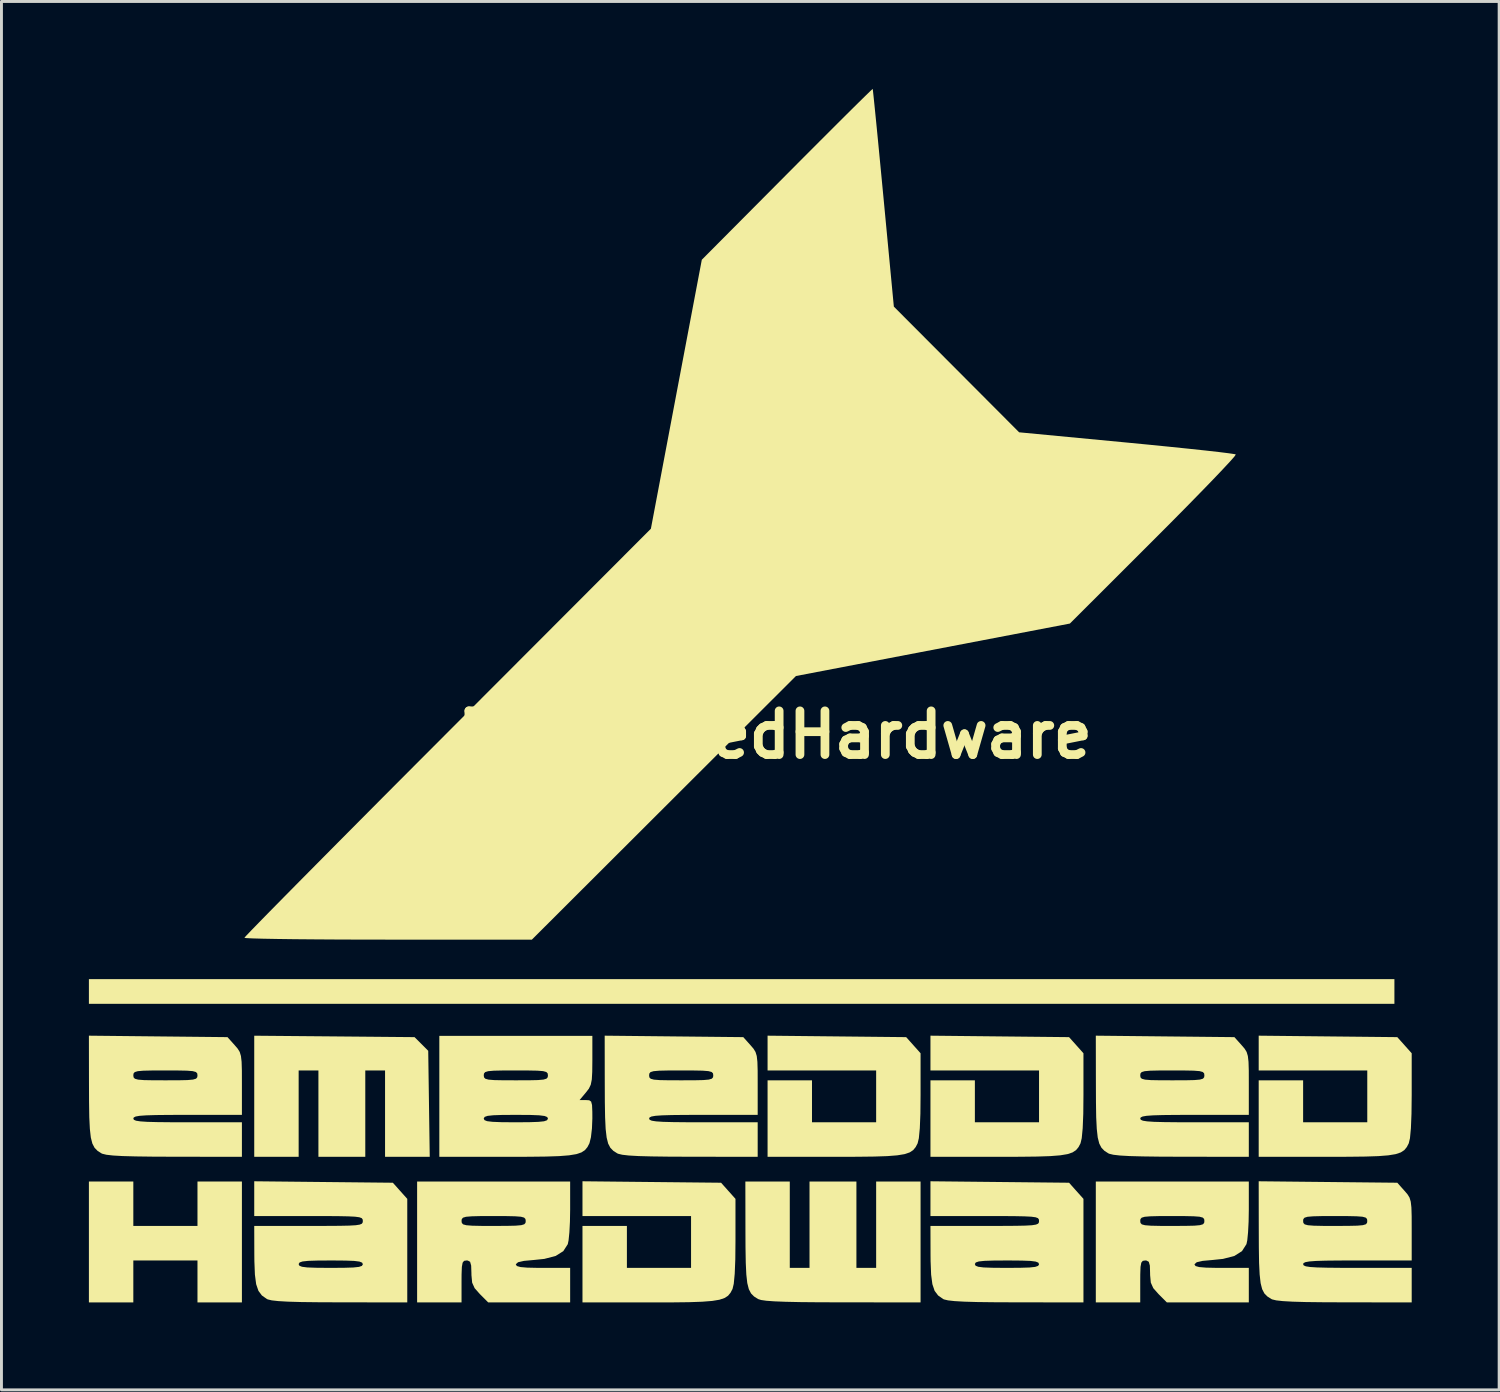
<source format=kicad_pcb>
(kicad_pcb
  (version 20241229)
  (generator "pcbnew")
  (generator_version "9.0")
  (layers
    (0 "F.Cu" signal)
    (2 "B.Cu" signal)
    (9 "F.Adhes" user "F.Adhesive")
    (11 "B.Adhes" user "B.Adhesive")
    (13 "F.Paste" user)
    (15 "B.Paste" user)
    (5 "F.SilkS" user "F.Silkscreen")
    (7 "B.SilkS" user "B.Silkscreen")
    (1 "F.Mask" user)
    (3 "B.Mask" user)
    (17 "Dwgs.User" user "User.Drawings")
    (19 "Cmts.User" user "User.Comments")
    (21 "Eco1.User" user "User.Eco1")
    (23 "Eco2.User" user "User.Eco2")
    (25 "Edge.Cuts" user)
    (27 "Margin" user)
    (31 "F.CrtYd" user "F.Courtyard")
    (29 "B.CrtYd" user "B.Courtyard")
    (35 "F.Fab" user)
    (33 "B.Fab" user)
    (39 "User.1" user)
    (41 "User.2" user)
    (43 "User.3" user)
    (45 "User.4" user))
  (footprint "EmbeddedHardware"
    (layer "F.Cu")
    (at 23.537 22.159)
    (property "Reference" "EmbeddedHardware" (at 0 0 0) (layer "F.SilkS") (effects (font (size 1.5 1.5) (thickness 0.3))))
    (attr board_only exclude_from_pos_files exclude_from_bom)
    (fp_poly (pts (xy 21.251 8.805) (xy 21.251 9.229) (xy -1.143 9.229) (xy -23.537 9.229) (xy -23.537 8.805) (xy -23.537 8.382) (xy -1.143 8.382) (xy 21.251 8.382)) (stroke (width 0) (type solid)) (fill yes) (layer "F.SilkS"))
    (fp_poly (pts (xy -22.013 16.087) (xy -22.013 16.849) (xy -20.913 16.849) (xy -19.812 16.849) (xy -19.812 16.087) (xy -19.812 15.325) (xy -19.05 15.325) (xy -18.288 15.325) (xy -18.288 17.399) (xy -18.288 19.473) (xy -19.05 19.473) (xy -19.812 19.473) (xy -19.812 18.754) (xy -19.812 18.034) (xy -20.913 18.034) (xy -22.013 18.034) (xy -22.013 18.754) (xy -22.013 19.473) (xy -22.775 19.473) (xy -23.537 19.473) (xy -23.537 17.399) (xy -23.537 15.325) (xy -22.775 15.325) (xy -22.013 15.325)) (stroke (width 0) (type solid)) (fill yes) (layer "F.SilkS"))
    (fp_poly (pts (xy -15.115 10.347) (xy -12.365 10.372) (xy -12.13 10.606) (xy -11.896 10.841) (xy -11.87 12.659) (xy -11.844 14.478) (xy -12.611 14.478) (xy -13.377 14.478) (xy -13.377 12.996) (xy -13.377 11.515) (xy -13.716 11.515) (xy -14.055 11.515) (xy -14.055 12.996) (xy -14.055 14.478) (xy -14.859 14.478) (xy -15.663 14.478) (xy -15.663 12.996) (xy -15.663 11.515) (xy -16.002 11.515) (xy -16.341 11.515) (xy -16.341 12.996) (xy -16.341 14.478) (xy -17.103 14.478) (xy -17.865 14.478) (xy -17.865 12.4) (xy -17.865 10.323)) (stroke (width 0) (type solid)) (fill yes) (layer "F.SilkS"))
    (fp_poly (pts (xy -4.226 15.342) (xy -1.849 15.367) (xy -1.602 15.644) (xy -1.355 15.92) (xy -1.355 17.354) (xy -1.361 17.995) (xy -1.381 18.491) (xy -1.414 18.834) (xy -1.456 19.01) (xy -1.524 19.14) (xy -1.609 19.243) (xy -1.73 19.322) (xy -1.906 19.381) (xy -2.155 19.422) (xy -2.498 19.449) (xy -2.952 19.465) (xy -3.536 19.472) (xy -4.27 19.473) (xy -4.314 19.473) (xy -6.604 19.473) (xy -6.604 18.161) (xy -6.604 16.849) (xy -5.842 16.849) (xy -5.08 16.849) (xy -5.08 17.568) (xy -5.08 18.288) (xy -3.979 18.288) (xy -2.879 18.288) (xy -2.879 17.399) (xy -2.879 16.51) (xy -4.741 16.51) (xy -6.604 16.51) (xy -6.604 15.914) (xy -6.604 15.317)) (stroke (width 0) (type solid)) (fill yes) (layer "F.SilkS"))
    (fp_poly (pts (xy 2.124 10.347) (xy 4.501 10.372) (xy 4.748 10.648) (xy 4.995 10.925) (xy 4.995 12.359) (xy 4.989 12.999) (xy 4.969 13.496) (xy 4.936 13.839) (xy 4.894 14.015) (xy 4.826 14.145) (xy 4.741 14.248) (xy 4.62 14.327) (xy 4.444 14.386) (xy 4.195 14.427) (xy 3.852 14.454) (xy 3.398 14.469) (xy 2.814 14.476) (xy 2.08 14.478) (xy 2.036 14.478) (xy -0.254 14.478) (xy -0.254 13.166) (xy -0.254 11.853) (xy 0.508 11.853) (xy 1.27 11.853) (xy 1.27 12.573) (xy 1.27 13.293) (xy 2.371 13.293) (xy 3.471 13.293) (xy 3.471 12.404) (xy 3.471 11.515) (xy 1.609 11.515) (xy -0.254 11.515) (xy -0.254 10.918) (xy -0.254 10.322)) (stroke (width 0) (type solid)) (fill yes) (layer "F.SilkS"))
    (fp_poly (pts (xy 7.712 10.347) (xy 10.089 10.372) (xy 10.336 10.648) (xy 10.583 10.925) (xy 10.583 12.359) (xy 10.577 12.999) (xy 10.557 13.496) (xy 10.524 13.839) (xy 10.482 14.015) (xy 10.414 14.145) (xy 10.329 14.248) (xy 10.208 14.327) (xy 10.032 14.386) (xy 9.783 14.427) (xy 9.44 14.454) (xy 8.986 14.469) (xy 8.402 14.476) (xy 7.668 14.478) (xy 7.624 14.478) (xy 5.334 14.478) (xy 5.334 13.166) (xy 5.334 11.853) (xy 6.096 11.853) (xy 6.858 11.853) (xy 6.858 12.573) (xy 6.858 13.293) (xy 7.959 13.293) (xy 9.059 13.293) (xy 9.059 12.404) (xy 9.059 11.515) (xy 7.197 11.515) (xy 5.334 11.515) (xy 5.334 10.918) (xy 5.334 10.322)) (stroke (width 0) (type solid)) (fill yes) (layer "F.SilkS"))
    (fp_poly (pts (xy 18.972 10.347) (xy 21.35 10.372) (xy 21.597 10.648) (xy 21.844 10.925) (xy 21.844 12.359) (xy 21.837 12.999) (xy 21.817 13.496) (xy 21.785 13.839) (xy 21.743 14.015) (xy 21.675 14.145) (xy 21.59 14.248) (xy 21.469 14.327) (xy 21.293 14.386) (xy 21.043 14.427) (xy 20.701 14.454) (xy 20.247 14.469) (xy 19.663 14.476) (xy 18.929 14.478) (xy 18.885 14.478) (xy 16.595 14.478) (xy 16.595 13.166) (xy 16.595 11.853) (xy 17.357 11.853) (xy 18.119 11.853) (xy 18.119 12.573) (xy 18.119 13.293) (xy 19.219 13.293) (xy 20.32 13.293) (xy 20.32 12.404) (xy 20.32 11.515) (xy 18.457 11.515) (xy 16.595 11.515) (xy 16.595 10.918) (xy 16.595 10.322)) (stroke (width 0) (type solid)) (fill yes) (layer "F.SilkS"))
    (fp_poly (pts (xy 0.508 16.806) (xy 0.508 18.288) (xy 0.847 18.288) (xy 1.185 18.288) (xy 1.185 16.806) (xy 1.185 15.325) (xy 1.99 15.325) (xy 2.794 15.325) (xy 2.794 16.806) (xy 2.794 18.288) (xy 3.133 18.288) (xy 3.471 18.288) (xy 3.471 16.806) (xy 3.471 15.325) (xy 4.233 15.325) (xy 4.995 15.325) (xy 4.995 17.399) (xy 4.995 19.473) (xy 2.307 19.47) (xy 1.509 19.468) (xy 0.865 19.462) (xy 0.359 19.451) (xy -0.023 19.436) (xy -0.296 19.416) (xy -0.477 19.39) (xy -0.58 19.357) (xy -0.583 19.355) (xy -0.718 19.269) (xy -0.821 19.165) (xy -0.897 19.019) (xy -0.95 18.81) (xy -0.983 18.516) (xy -1.002 18.114) (xy -1.011 17.581) (xy -1.013 17.081) (xy -1.016 15.325) (xy -0.254 15.325) (xy 0.508 15.325)) (stroke (width 0) (type solid)) (fill yes) (layer "F.SilkS"))
    (fp_poly (pts (xy -15.487 15.342) (xy -13.109 15.367) (xy -12.862 15.644) (xy -12.615 15.92) (xy -12.615 17.697) (xy -12.615 19.473) (xy -14.922 19.47) (xy -15.664 19.467) (xy -16.253 19.46) (xy -16.705 19.447) (xy -17.036 19.428) (xy -17.262 19.403) (xy -17.4 19.37) (xy -17.432 19.355) (xy -17.602 19.235) (xy -17.721 19.076) (xy -17.799 18.847) (xy -17.842 18.52) (xy -17.856 18.161) (xy -16.341 18.161) (xy -16.316 18.214) (xy -16.226 18.25) (xy -16.045 18.273) (xy -15.748 18.284) (xy -15.31 18.288) (xy -15.24 18.288) (xy -14.782 18.285) (xy -14.467 18.275) (xy -14.272 18.254) (xy -14.172 18.22) (xy -14.14 18.169) (xy -14.139 18.161) (xy -14.164 18.108) (xy -14.254 18.072) (xy -14.435 18.049) (xy -14.732 18.038) (xy -15.17 18.034) (xy -15.24 18.034) (xy -15.698 18.037) (xy -16.013 18.047) (xy -16.208 18.068) (xy -16.308 18.102) (xy -16.34 18.153) (xy -16.341 18.161) (xy -17.856 18.161) (xy -17.86 18.065) (xy -17.862 17.843) (xy -17.865 16.849) (xy -16.002 16.849) (xy -15.395 16.848) (xy -14.937 16.845) (xy -14.606 16.838) (xy -14.382 16.825) (xy -14.244 16.803) (xy -14.172 16.772) (xy -14.144 16.728) (xy -14.139 16.679) (xy -14.146 16.624) (xy -14.178 16.582) (xy -14.258 16.552) (xy -14.405 16.532) (xy -14.641 16.52) (xy -14.987 16.513) (xy -15.463 16.51) (xy -16.002 16.51) (xy -17.865 16.51) (xy -17.865 15.914) (xy -17.865 15.317)) (stroke (width 0) (type solid)) (fill yes) (layer "F.SilkS"))
    (fp_poly (pts (xy 7.712 15.342) (xy 10.089 15.367) (xy 10.336 15.644) (xy 10.583 15.92) (xy 10.583 17.697) (xy 10.583 19.473) (xy 8.276 19.47) (xy 7.534 19.467) (xy 6.945 19.46) (xy 6.494 19.447) (xy 6.163 19.428) (xy 5.937 19.403) (xy 5.799 19.37) (xy 5.767 19.355) (xy 5.597 19.235) (xy 5.477 19.076) (xy 5.4 18.847) (xy 5.357 18.52) (xy 5.343 18.161) (xy 6.858 18.161) (xy 6.883 18.214) (xy 6.973 18.25) (xy 7.154 18.273) (xy 7.451 18.284) (xy 7.889 18.288) (xy 7.959 18.288) (xy 8.417 18.285) (xy 8.731 18.275) (xy 8.926 18.254) (xy 9.027 18.22) (xy 9.059 18.169) (xy 9.059 18.161) (xy 9.035 18.108) (xy 8.945 18.072) (xy 8.763 18.049) (xy 8.466 18.038) (xy 8.029 18.034) (xy 7.959 18.034) (xy 7.5 18.037) (xy 7.186 18.047) (xy 6.991 18.068) (xy 6.89 18.102) (xy 6.858 18.153) (xy 6.858 18.161) (xy 5.343 18.161) (xy 5.339 18.065) (xy 5.337 17.843) (xy 5.334 16.849) (xy 7.197 16.849) (xy 7.804 16.848) (xy 8.262 16.845) (xy 8.593 16.838) (xy 8.817 16.825) (xy 8.954 16.803) (xy 9.027 16.772) (xy 9.055 16.728) (xy 9.059 16.679) (xy 9.053 16.624) (xy 9.021 16.582) (xy 8.941 16.552) (xy 8.794 16.532) (xy 8.557 16.52) (xy 8.212 16.513) (xy 7.736 16.51) (xy 7.197 16.51) (xy 5.334 16.51) (xy 5.334 15.914) (xy 5.334 15.317)) (stroke (width 0) (type solid)) (fill yes) (layer "F.SilkS"))
    (fp_poly (pts (xy 3.364 -22.073) (xy 3.389 -21.837) (xy 3.427 -21.465) (xy 3.476 -20.977) (xy 3.534 -20.388) (xy 3.599 -19.716) (xy 3.67 -18.978) (xy 3.724 -18.415) (xy 4.078 -14.69) (xy 6.227 -12.534) (xy 8.376 -10.378) (xy 12.064 -10.027) (xy 12.837 -9.952) (xy 13.558 -9.88) (xy 14.208 -9.813) (xy 14.772 -9.753) (xy 15.231 -9.701) (xy 15.567 -9.659) (xy 15.765 -9.63) (xy 15.81 -9.618) (xy 15.764 -9.549) (xy 15.608 -9.372) (xy 15.355 -9.1) (xy 15.016 -8.744) (xy 14.601 -8.316) (xy 14.123 -7.827) (xy 13.593 -7.291) (xy 13.022 -6.718) (xy 12.993 -6.689) (xy 10.118 -3.817) (xy 5.419 -2.917) (xy 0.72 -2.017) (xy -3.81 2.505) (xy -8.34 7.027) (xy -13.272 7.027) (xy -14.168 7.026) (xy -15.012 7.023) (xy -15.788 7.018) (xy -16.483 7.012) (xy -17.08 7.004) (xy -17.566 6.995) (xy -17.924 6.985) (xy -18.141 6.974) (xy -18.203 6.964) (xy -18.145 6.897) (xy -17.974 6.718) (xy -17.698 6.434) (xy -17.325 6.053) (xy -16.861 5.582) (xy -16.315 5.029) (xy -15.694 4.402) (xy -15.005 3.707) (xy -14.256 2.953) (xy -13.454 2.146) (xy -12.606 1.295) (xy -11.72 0.407) (xy -11.23 -0.084) (xy -4.257 -7.07) (xy -3.384 -11.684) (xy -2.51 -16.298) (xy 0.413 -19.238) (xy 0.991 -19.819) (xy 1.532 -20.361) (xy 2.024 -20.853) (xy 2.456 -21.283) (xy 2.816 -21.64) (xy 3.093 -21.912) (xy 3.275 -22.089) (xy 3.351 -22.158) (xy 3.353 -22.159)) (stroke (width 0) (type solid)) (fill yes) (layer "F.SilkS"))
    (fp_poly (pts (xy -7.027 16.293) (xy -7.034 16.702) (xy -7.053 17.067) (xy -7.081 17.343) (xy -7.108 17.474) (xy -7.262 17.714) (xy -7.524 17.879) (xy -7.914 17.98) (xy -8.26 18.016) (xy -8.611 18.048) (xy -8.813 18.094) (xy -8.888 18.159) (xy -8.89 18.172) (xy -8.854 18.225) (xy -8.731 18.26) (xy -8.495 18.28) (xy -8.123 18.288) (xy -7.959 18.288) (xy -7.027 18.288) (xy -7.027 18.881) (xy -7.027 19.473) (xy -8.433 19.473) (xy -9.838 19.473) (xy -10.126 19.185) (xy -10.304 18.984) (xy -10.389 18.795) (xy -10.413 18.537) (xy -10.414 18.466) (xy -10.423 18.209) (xy -10.459 18.079) (xy -10.54 18.036) (xy -10.583 18.034) (xy -10.666 18.047) (xy -10.716 18.11) (xy -10.742 18.254) (xy -10.752 18.513) (xy -10.753 18.754) (xy -10.753 19.473) (xy -11.515 19.473) (xy -12.277 19.473) (xy -12.277 17.399) (xy -12.277 16.679) (xy -10.753 16.679) (xy -10.743 16.748) (xy -10.697 16.796) (xy -10.588 16.825) (xy -10.387 16.841) (xy -10.07 16.848) (xy -9.652 16.849) (xy -9.203 16.847) (xy -8.896 16.84) (xy -8.704 16.823) (xy -8.601 16.792) (xy -8.559 16.744) (xy -8.551 16.679) (xy -8.561 16.61) (xy -8.607 16.563) (xy -8.716 16.533) (xy -8.917 16.518) (xy -9.234 16.511) (xy -9.652 16.51) (xy -10.101 16.511) (xy -10.408 16.519) (xy -10.6 16.535) (xy -10.703 16.566) (xy -10.745 16.615) (xy -10.753 16.679) (xy -12.277 16.679) (xy -12.277 15.325) (xy -9.652 15.325) (xy -7.027 15.325)) (stroke (width 0) (type solid)) (fill yes) (layer "F.SilkS"))
    (fp_poly (pts (xy 16.256 16.293) (xy 16.249 16.702) (xy 16.23 17.067) (xy 16.203 17.343) (xy 16.175 17.474) (xy 16.021 17.714) (xy 15.76 17.879) (xy 15.37 17.98) (xy 15.023 18.016) (xy 14.672 18.048) (xy 14.47 18.094) (xy 14.395 18.159) (xy 14.393 18.172) (xy 14.429 18.225) (xy 14.553 18.26) (xy 14.789 18.28) (xy 15.161 18.288) (xy 15.325 18.288) (xy 16.256 18.288) (xy 16.256 18.881) (xy 16.256 19.473) (xy 14.851 19.473) (xy 13.445 19.473) (xy 13.157 19.185) (xy 12.979 18.984) (xy 12.894 18.795) (xy 12.87 18.537) (xy 12.869 18.466) (xy 12.861 18.209) (xy 12.824 18.079) (xy 12.744 18.036) (xy 12.7 18.034) (xy 12.618 18.047) (xy 12.567 18.11) (xy 12.541 18.254) (xy 12.532 18.513) (xy 12.531 18.754) (xy 12.531 19.473) (xy 11.769 19.473) (xy 11.007 19.473) (xy 11.007 17.399) (xy 11.007 16.679) (xy 12.531 16.679) (xy 12.54 16.748) (xy 12.586 16.796) (xy 12.696 16.825) (xy 12.896 16.841) (xy 13.214 16.848) (xy 13.631 16.849) (xy 14.081 16.847) (xy 14.388 16.84) (xy 14.579 16.823) (xy 14.683 16.792) (xy 14.724 16.744) (xy 14.732 16.679) (xy 14.723 16.61) (xy 14.677 16.563) (xy 14.567 16.533) (xy 14.367 16.518) (xy 14.049 16.511) (xy 13.631 16.51) (xy 13.182 16.511) (xy 12.875 16.519) (xy 12.683 16.535) (xy 12.58 16.566) (xy 12.538 16.615) (xy 12.531 16.679) (xy 11.007 16.679) (xy 11.007 15.325) (xy 13.631 15.325) (xy 16.256 15.325)) (stroke (width 0) (type solid)) (fill yes) (layer "F.SilkS"))
    (fp_poly (pts (xy -21.16 10.347) (xy -18.782 10.372) (xy -18.535 10.648) (xy -18.432 10.768) (xy -18.363 10.88) (xy -18.321 11.02) (xy -18.298 11.221) (xy -18.289 11.52) (xy -18.288 11.95) (xy -18.288 11.982) (xy -18.288 13.039) (xy -20.151 13.039) (xy -20.767 13.04) (xy -21.233 13.045) (xy -21.57 13.055) (xy -21.796 13.071) (xy -21.932 13.095) (xy -21.998 13.128) (xy -22.013 13.166) (xy -21.993 13.208) (xy -21.92 13.239) (xy -21.774 13.262) (xy -21.536 13.278) (xy -21.184 13.287) (xy -20.701 13.292) (xy -20.151 13.293) (xy -18.288 13.293) (xy -18.288 13.885) (xy -18.288 14.478) (xy -20.595 14.475) (xy -21.337 14.472) (xy -21.926 14.464) (xy -22.378 14.452) (xy -22.709 14.433) (xy -22.935 14.407) (xy -23.072 14.374) (xy -23.105 14.36) (xy -23.239 14.274) (xy -23.342 14.169) (xy -23.418 14.024) (xy -23.471 13.816) (xy -23.504 13.522) (xy -23.524 13.12) (xy -23.532 12.589) (xy -23.534 12.082) (xy -23.535 11.684) (xy -22.013 11.684) (xy -22.004 11.753) (xy -21.958 11.8) (xy -21.848 11.83) (xy -21.648 11.846) (xy -21.33 11.852) (xy -20.913 11.853) (xy -20.463 11.852) (xy -20.156 11.845) (xy -19.965 11.828) (xy -19.861 11.797) (xy -19.82 11.748) (xy -19.812 11.684) (xy -19.821 11.615) (xy -19.867 11.568) (xy -19.977 11.538) (xy -20.177 11.522) (xy -20.495 11.516) (xy -20.913 11.515) (xy -21.362 11.516) (xy -21.669 11.523) (xy -21.861 11.54) (xy -21.964 11.571) (xy -22.006 11.62) (xy -22.013 11.684) (xy -23.535 11.684) (xy -23.537 10.322)) (stroke (width 0) (type solid)) (fill yes) (layer "F.SilkS"))
    (fp_poly (pts (xy -3.464 10.347) (xy -1.087 10.372) (xy -0.84 10.648) (xy -0.737 10.768) (xy -0.668 10.88) (xy -0.625 11.02) (xy -0.603 11.221) (xy -0.594 11.52) (xy -0.593 11.95) (xy -0.593 11.982) (xy -0.593 13.039) (xy -2.455 13.039) (xy -3.071 13.04) (xy -3.538 13.045) (xy -3.874 13.055) (xy -4.101 13.071) (xy -4.237 13.095) (xy -4.303 13.128) (xy -4.318 13.166) (xy -4.298 13.208) (xy -4.225 13.239) (xy -4.079 13.262) (xy -3.84 13.278) (xy -3.489 13.287) (xy -3.006 13.292) (xy -2.455 13.293) (xy -0.593 13.293) (xy -0.593 13.885) (xy -0.593 14.478) (xy -2.9 14.475) (xy -3.642 14.472) (xy -4.231 14.464) (xy -4.682 14.452) (xy -5.013 14.433) (xy -5.239 14.407) (xy -5.377 14.374) (xy -5.409 14.36) (xy -5.544 14.274) (xy -5.647 14.169) (xy -5.723 14.024) (xy -5.775 13.816) (xy -5.809 13.522) (xy -5.828 13.12) (xy -5.837 12.589) (xy -5.839 12.082) (xy -5.84 11.684) (xy -4.318 11.684) (xy -4.309 11.753) (xy -4.263 11.8) (xy -4.153 11.83) (xy -3.953 11.846) (xy -3.635 11.852) (xy -3.217 11.853) (xy -2.768 11.852) (xy -2.461 11.845) (xy -2.269 11.828) (xy -2.166 11.797) (xy -2.124 11.748) (xy -2.117 11.684) (xy -2.126 11.615) (xy -2.172 11.568) (xy -2.282 11.538) (xy -2.482 11.522) (xy -2.8 11.516) (xy -3.217 11.515) (xy -3.667 11.516) (xy -3.974 11.523) (xy -4.165 11.54) (xy -4.269 11.571) (xy -4.31 11.62) (xy -4.318 11.684) (xy -5.84 11.684) (xy -5.842 10.322)) (stroke (width 0) (type solid)) (fill yes) (layer "F.SilkS"))
    (fp_poly (pts (xy 13.384 10.347) (xy 15.762 10.372) (xy 16.009 10.648) (xy 16.112 10.768) (xy 16.181 10.88) (xy 16.223 11.02) (xy 16.246 11.221) (xy 16.255 11.52) (xy 16.256 11.95) (xy 16.256 11.982) (xy 16.256 13.039) (xy 14.393 13.039) (xy 13.777 13.04) (xy 13.311 13.045) (xy 12.974 13.055) (xy 12.748 13.071) (xy 12.612 13.095) (xy 12.546 13.128) (xy 12.531 13.166) (xy 12.551 13.208) (xy 12.624 13.239) (xy 12.77 13.262) (xy 13.008 13.278) (xy 13.36 13.287) (xy 13.843 13.292) (xy 14.393 13.293) (xy 16.256 13.293) (xy 16.256 13.885) (xy 16.256 14.478) (xy 13.949 14.475) (xy 13.207 14.472) (xy 12.618 14.464) (xy 12.166 14.452) (xy 11.835 14.433) (xy 11.609 14.407) (xy 11.472 14.374) (xy 11.439 14.36) (xy 11.305 14.274) (xy 11.202 14.169) (xy 11.126 14.024) (xy 11.073 13.816) (xy 11.04 13.522) (xy 11.02 13.12) (xy 11.012 12.589) (xy 11.01 12.082) (xy 11.009 11.684) (xy 12.531 11.684) (xy 12.54 11.753) (xy 12.586 11.8) (xy 12.696 11.83) (xy 12.896 11.846) (xy 13.214 11.852) (xy 13.631 11.853) (xy 14.081 11.852) (xy 14.388 11.845) (xy 14.579 11.828) (xy 14.683 11.797) (xy 14.724 11.748) (xy 14.732 11.684) (xy 14.723 11.615) (xy 14.677 11.568) (xy 14.567 11.538) (xy 14.367 11.522) (xy 14.049 11.516) (xy 13.631 11.515) (xy 13.182 11.516) (xy 12.875 11.523) (xy 12.683 11.54) (xy 12.58 11.571) (xy 12.538 11.62) (xy 12.531 11.684) (xy 11.009 11.684) (xy 11.007 10.322)) (stroke (width 0) (type solid)) (fill yes) (layer "F.SilkS"))
    (fp_poly (pts (xy 18.972 15.342) (xy 21.35 15.367) (xy 21.597 15.644) (xy 21.7 15.764) (xy 21.769 15.876) (xy 21.811 16.015) (xy 21.834 16.216) (xy 21.843 16.515) (xy 21.844 16.946) (xy 21.844 16.977) (xy 21.844 18.034) (xy 19.981 18.034) (xy 19.365 18.035) (xy 18.899 18.04) (xy 18.562 18.05) (xy 18.336 18.067) (xy 18.2 18.091) (xy 18.134 18.123) (xy 18.119 18.161) (xy 18.139 18.203) (xy 18.212 18.235) (xy 18.358 18.258) (xy 18.596 18.273) (xy 18.948 18.282) (xy 19.431 18.287) (xy 19.981 18.288) (xy 21.844 18.288) (xy 21.844 18.881) (xy 21.844 19.473) (xy 19.537 19.47) (xy 18.795 19.467) (xy 18.206 19.46) (xy 17.754 19.447) (xy 17.423 19.428) (xy 17.197 19.403) (xy 17.06 19.37) (xy 17.027 19.355) (xy 16.893 19.269) (xy 16.79 19.165) (xy 16.714 19.019) (xy 16.661 18.811) (xy 16.628 18.517) (xy 16.608 18.115) (xy 16.6 17.584) (xy 16.598 17.078) (xy 16.597 16.679) (xy 18.119 16.679) (xy 18.128 16.748) (xy 18.174 16.796) (xy 18.284 16.825) (xy 18.484 16.841) (xy 18.802 16.848) (xy 19.219 16.849) (xy 19.669 16.847) (xy 19.976 16.84) (xy 20.167 16.823) (xy 20.271 16.792) (xy 20.312 16.744) (xy 20.32 16.679) (xy 20.311 16.61) (xy 20.265 16.563) (xy 20.155 16.533) (xy 19.955 16.518) (xy 19.637 16.511) (xy 19.219 16.51) (xy 18.77 16.511) (xy 18.463 16.519) (xy 18.271 16.535) (xy 18.168 16.566) (xy 18.126 16.615) (xy 18.119 16.679) (xy 16.597 16.679) (xy 16.595 15.317)) (stroke (width 0) (type solid)) (fill yes) (layer "F.SilkS"))
    (fp_poly (pts (xy -6.265 11.17) (xy -6.269 11.561) (xy -6.284 11.825) (xy -6.32 12.004) (xy -6.384 12.139) (xy -6.485 12.27) (xy -6.704 12.531) (xy -6.485 12.531) (xy -6.373 12.538) (xy -6.307 12.583) (xy -6.276 12.702) (xy -6.266 12.932) (xy -6.265 13.162) (xy -6.279 13.505) (xy -6.314 13.808) (xy -6.364 14.009) (xy -6.366 14.015) (xy -6.434 14.145) (xy -6.519 14.248) (xy -6.64 14.327) (xy -6.816 14.386) (xy -7.066 14.427) (xy -7.408 14.454) (xy -7.862 14.469) (xy -8.447 14.476) (xy -9.18 14.478) (xy -9.224 14.478) (xy -11.515 14.478) (xy -11.515 13.166) (xy -9.991 13.166) (xy -9.966 13.219) (xy -9.876 13.255) (xy -9.695 13.277) (xy -9.398 13.289) (xy -8.96 13.293) (xy -8.89 13.293) (xy -8.432 13.29) (xy -8.117 13.279) (xy -7.922 13.259) (xy -7.822 13.224) (xy -7.79 13.174) (xy -7.789 13.166) (xy -7.814 13.113) (xy -7.904 13.077) (xy -8.085 13.054) (xy -8.382 13.042) (xy -8.82 13.039) (xy -8.89 13.039) (xy -9.348 13.041) (xy -9.663 13.052) (xy -9.858 13.073) (xy -9.958 13.107) (xy -9.99 13.158) (xy -9.991 13.166) (xy -11.515 13.166) (xy -11.515 12.404) (xy -11.515 11.684) (xy -9.991 11.684) (xy -9.981 11.753) (xy -9.935 11.8) (xy -9.826 11.83) (xy -9.625 11.846) (xy -9.308 11.852) (xy -8.89 11.853) (xy -8.441 11.852) (xy -8.134 11.845) (xy -7.942 11.828) (xy -7.839 11.797) (xy -7.797 11.748) (xy -7.789 11.684) (xy -7.799 11.615) (xy -7.845 11.568) (xy -7.954 11.538) (xy -8.155 11.522) (xy -8.472 11.516) (xy -8.89 11.515) (xy -9.339 11.516) (xy -9.646 11.523) (xy -9.838 11.54) (xy -9.941 11.571) (xy -9.983 11.62) (xy -9.991 11.684) (xy -11.515 11.684) (xy -11.515 10.329) (xy -8.89 10.329) (xy -6.265 10.329)) (stroke (width 0) (type solid)) (fill yes) (layer "F.SilkS")))
  (gr_rect
    (start -3 -3)
    (end 48.381 44.632)
    (stroke (width 0.1) (type default))
    (fill no)
    (layer "Edge.Cuts")))
</source>
